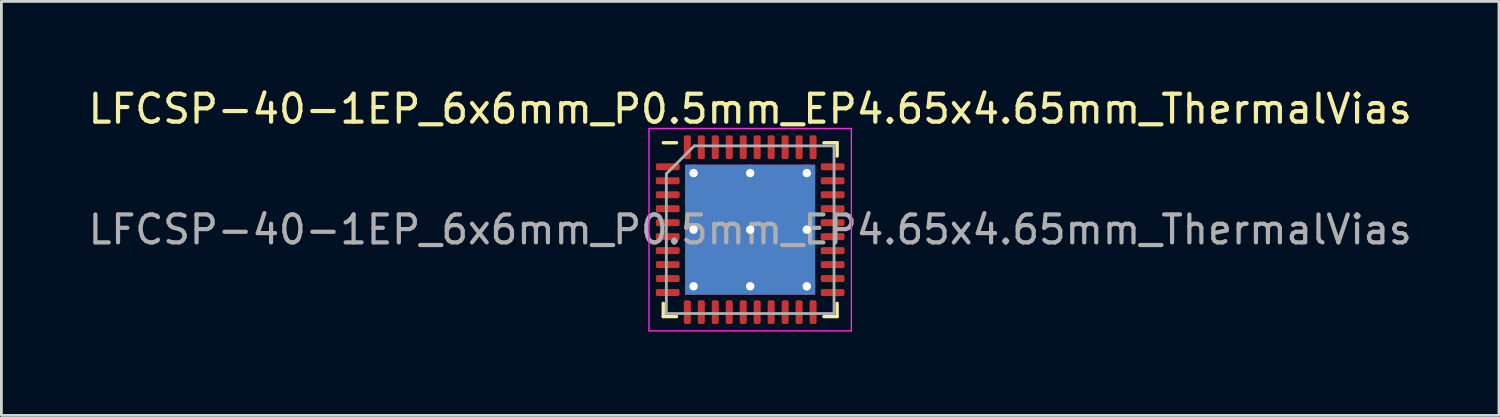
<source format=kicad_pcb>
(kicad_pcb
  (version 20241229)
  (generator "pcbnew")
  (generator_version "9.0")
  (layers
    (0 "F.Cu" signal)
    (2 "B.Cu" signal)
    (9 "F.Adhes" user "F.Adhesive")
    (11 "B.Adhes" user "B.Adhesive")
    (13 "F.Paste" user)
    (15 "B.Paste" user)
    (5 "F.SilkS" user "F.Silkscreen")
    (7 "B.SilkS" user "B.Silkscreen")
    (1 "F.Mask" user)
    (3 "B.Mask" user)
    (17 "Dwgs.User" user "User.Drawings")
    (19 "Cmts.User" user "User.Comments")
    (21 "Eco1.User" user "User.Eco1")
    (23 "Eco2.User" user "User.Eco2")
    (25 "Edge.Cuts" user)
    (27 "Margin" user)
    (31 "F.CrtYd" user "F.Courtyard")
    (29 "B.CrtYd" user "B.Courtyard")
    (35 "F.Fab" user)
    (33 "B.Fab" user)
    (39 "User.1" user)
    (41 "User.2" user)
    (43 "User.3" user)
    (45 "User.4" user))
  (footprint "LFCSP-40-1EP_6x6mm_P0.5mm_EP4.65x4.65mm_ThermalVias"
    (layer "F.Cu")
    (at 23.792 5.168)
    (property "Reference" "LFCSP-40-1EP_6x6mm_P0.5mm_EP4.65x4.65mm_ThermalVias" (at 0 -4.32 0) (layer "F.SilkS") (effects (font (size 1 1) (thickness 0.15))))
    (attr smd)
    (fp_line (start -3.11 3.11) (end -3.11 2.635) (stroke (width 0.12) (type solid)) (layer "F.SilkS"))
    (fp_line (start -2.635 -3.11) (end -3.11 -3.11) (stroke (width 0.12) (type solid)) (layer "F.SilkS"))
    (fp_line (start -2.635 3.11) (end -3.11 3.11) (stroke (width 0.12) (type solid)) (layer "F.SilkS"))
    (fp_line (start 2.635 -3.11) (end 3.11 -3.11) (stroke (width 0.12) (type solid)) (layer "F.SilkS"))
    (fp_line (start 2.635 3.11) (end 3.11 3.11) (stroke (width 0.12) (type solid)) (layer "F.SilkS"))
    (fp_line (start 3.11 -3.11) (end 3.11 -2.635) (stroke (width 0.12) (type solid)) (layer "F.SilkS"))
    (fp_line (start 3.11 3.11) (end 3.11 2.635) (stroke (width 0.12) (type solid)) (layer "F.SilkS"))
    (fp_line (start -3.62 -3.62) (end -3.62 3.62) (stroke (width 0.05) (type solid)) (layer "F.CrtYd"))
    (fp_line (start -3.62 3.62) (end 3.62 3.62) (stroke (width 0.05) (type solid)) (layer "F.CrtYd"))
    (fp_line (start 3.62 -3.62) (end -3.62 -3.62) (stroke (width 0.05) (type solid)) (layer "F.CrtYd"))
    (fp_line (start 3.62 3.62) (end 3.62 -3.62) (stroke (width 0.05) (type solid)) (layer "F.CrtYd"))
    (fp_line (start -3 -2) (end -2 -3) (stroke (width 0.1) (type solid)) (layer "F.Fab"))
    (fp_line (start -3 3) (end -3 -2) (stroke (width 0.1) (type solid)) (layer "F.Fab"))
    (fp_line (start -2 -3) (end 3 -3) (stroke (width 0.1) (type solid)) (layer "F.Fab"))
    (fp_line (start 3 -3) (end 3 3) (stroke (width 0.1) (type solid)) (layer "F.Fab"))
    (fp_line (start 3 3) (end -3 3) (stroke (width 0.1) (type solid)) (layer "F.Fab"))
    (fp_text user "${REFERENCE}" (at 0 0 0) (layer "F.Fab") (effects (font (size 1 1) (thickness 0.15))))
    (pad "" smd custom (at -1.012 -1.012) (size 1.752 1.752) (layers "F.Paste") (options (anchor circle)) (primitives (gr_poly (pts (xy -0.779 -0.619) (xy -0.619 -0.779) (xy 0.619 -0.779) (xy 0.779 -0.619) (xy 0.779 0.619) (xy 0.619 0.779) (xy -0.619 0.779) (xy -0.779 0.619)) (width 0.387) (fill yes))))
    (pad "" smd custom (at -1.012 1.012) (size 1.752 1.752) (layers "F.Paste") (options (anchor circle)) (primitives (gr_poly (pts (xy -0.779 -0.619) (xy -0.619 -0.779) (xy 0.619 -0.779) (xy 0.779 -0.619) (xy 0.779 0.619) (xy 0.619 0.779) (xy -0.619 0.779) (xy -0.779 0.619)) (width 0.387) (fill yes))))
    (pad "" smd custom (at 1.012 -1.012) (size 1.752 1.752) (layers "F.Paste") (options (anchor circle)) (primitives (gr_poly (pts (xy -0.779 -0.619) (xy -0.619 -0.779) (xy 0.619 -0.779) (xy 0.779 -0.619) (xy 0.779 0.619) (xy 0.619 0.779) (xy -0.619 0.779) (xy -0.779 0.619)) (width 0.387) (fill yes))))
    (pad "" smd custom (at 1.012 1.012) (size 1.752 1.752) (layers "F.Paste") (options (anchor circle)) (primitives (gr_poly (pts (xy -0.779 -0.619) (xy -0.619 -0.779) (xy 0.619 -0.779) (xy 0.779 -0.619) (xy 0.779 0.619) (xy 0.619 0.779) (xy -0.619 0.779) (xy -0.779 0.619)) (width 0.387) (fill yes))))
    (pad "1" smd roundrect (at -2.95 -2.25) (size 0.85 0.25) (layers "F.Cu" "F.Mask" "F.Paste") (roundrect_rratio 0.25))
    (pad "2" smd roundrect (at -2.95 -1.75) (size 0.85 0.25) (layers "F.Cu" "F.Mask" "F.Paste") (roundrect_rratio 0.25))
    (pad "3" smd roundrect (at -2.95 -1.25) (size 0.85 0.25) (layers "F.Cu" "F.Mask" "F.Paste") (roundrect_rratio 0.25))
    (pad "4" smd roundrect (at -2.95 -0.75) (size 0.85 0.25) (layers "F.Cu" "F.Mask" "F.Paste") (roundrect_rratio 0.25))
    (pad "5" smd roundrect (at -2.95 -0.25) (size 0.85 0.25) (layers "F.Cu" "F.Mask" "F.Paste") (roundrect_rratio 0.25))
    (pad "6" smd roundrect (at -2.95 0.25) (size 0.85 0.25) (layers "F.Cu" "F.Mask" "F.Paste") (roundrect_rratio 0.25))
    (pad "7" smd roundrect (at -2.95 0.75) (size 0.85 0.25) (layers "F.Cu" "F.Mask" "F.Paste") (roundrect_rratio 0.25))
    (pad "8" smd roundrect (at -2.95 1.25) (size 0.85 0.25) (layers "F.Cu" "F.Mask" "F.Paste") (roundrect_rratio 0.25))
    (pad "9" smd roundrect (at -2.95 1.75) (size 0.85 0.25) (layers "F.Cu" "F.Mask" "F.Paste") (roundrect_rratio 0.25))
    (pad "10" smd roundrect (at -2.95 2.25) (size 0.85 0.25) (layers "F.Cu" "F.Mask" "F.Paste") (roundrect_rratio 0.25))
    (pad "11" smd roundrect (at -2.25 2.95) (size 0.25 0.85) (layers "F.Cu" "F.Mask" "F.Paste") (roundrect_rratio 0.25))
    (pad "12" smd roundrect (at -1.75 2.95) (size 0.25 0.85) (layers "F.Cu" "F.Mask" "F.Paste") (roundrect_rratio 0.25))
    (pad "13" smd roundrect (at -1.25 2.95) (size 0.25 0.85) (layers "F.Cu" "F.Mask" "F.Paste") (roundrect_rratio 0.25))
    (pad "14" smd roundrect (at -0.75 2.95) (size 0.25 0.85) (layers "F.Cu" "F.Mask" "F.Paste") (roundrect_rratio 0.25))
    (pad "15" smd roundrect (at -0.25 2.95) (size 0.25 0.85) (layers "F.Cu" "F.Mask" "F.Paste") (roundrect_rratio 0.25))
    (pad "16" smd roundrect (at 0.25 2.95) (size 0.25 0.85) (layers "F.Cu" "F.Mask" "F.Paste") (roundrect_rratio 0.25))
    (pad "17" smd roundrect (at 0.75 2.95) (size 0.25 0.85) (layers "F.Cu" "F.Mask" "F.Paste") (roundrect_rratio 0.25))
    (pad "18" smd roundrect (at 1.25 2.95) (size 0.25 0.85) (layers "F.Cu" "F.Mask" "F.Paste") (roundrect_rratio 0.25))
    (pad "19" smd roundrect (at 1.75 2.95) (size 0.25 0.85) (layers "F.Cu" "F.Mask" "F.Paste") (roundrect_rratio 0.25))
    (pad "20" smd roundrect (at 2.25 2.95) (size 0.25 0.85) (layers "F.Cu" "F.Mask" "F.Paste") (roundrect_rratio 0.25))
    (pad "21" smd roundrect (at 2.95 2.25) (size 0.85 0.25) (layers "F.Cu" "F.Mask" "F.Paste") (roundrect_rratio 0.25))
    (pad "22" smd roundrect (at 2.95 1.75) (size 0.85 0.25) (layers "F.Cu" "F.Mask" "F.Paste") (roundrect_rratio 0.25))
    (pad "23" smd roundrect (at 2.95 1.25) (size 0.85 0.25) (layers "F.Cu" "F.Mask" "F.Paste") (roundrect_rratio 0.25))
    (pad "24" smd roundrect (at 2.95 0.75) (size 0.85 0.25) (layers "F.Cu" "F.Mask" "F.Paste") (roundrect_rratio 0.25))
    (pad "25" smd roundrect (at 2.95 0.25) (size 0.85 0.25) (layers "F.Cu" "F.Mask" "F.Paste") (roundrect_rratio 0.25))
    (pad "26" smd roundrect (at 2.95 -0.25) (size 0.85 0.25) (layers "F.Cu" "F.Mask" "F.Paste") (roundrect_rratio 0.25))
    (pad "27" smd roundrect (at 2.95 -0.75) (size 0.85 0.25) (layers "F.Cu" "F.Mask" "F.Paste") (roundrect_rratio 0.25))
    (pad "28" smd roundrect (at 2.95 -1.25) (size 0.85 0.25) (layers "F.Cu" "F.Mask" "F.Paste") (roundrect_rratio 0.25))
    (pad "29" smd roundrect (at 2.95 -1.75) (size 0.85 0.25) (layers "F.Cu" "F.Mask" "F.Paste") (roundrect_rratio 0.25))
    (pad "30" smd roundrect (at 2.95 -2.25) (size 0.85 0.25) (layers "F.Cu" "F.Mask" "F.Paste") (roundrect_rratio 0.25))
    (pad "31" smd roundrect (at 2.25 -2.95) (size 0.25 0.85) (layers "F.Cu" "F.Mask" "F.Paste") (roundrect_rratio 0.25))
    (pad "32" smd roundrect (at 1.75 -2.95) (size 0.25 0.85) (layers "F.Cu" "F.Mask" "F.Paste") (roundrect_rratio 0.25))
    (pad "33" smd roundrect (at 1.25 -2.95) (size 0.25 0.85) (layers "F.Cu" "F.Mask" "F.Paste") (roundrect_rratio 0.25))
    (pad "34" smd roundrect (at 0.75 -2.95) (size 0.25 0.85) (layers "F.Cu" "F.Mask" "F.Paste") (roundrect_rratio 0.25))
    (pad "35" smd roundrect (at 0.25 -2.95) (size 0.25 0.85) (layers "F.Cu" "F.Mask" "F.Paste") (roundrect_rratio 0.25))
    (pad "36" smd roundrect (at -0.25 -2.95) (size 0.25 0.85) (layers "F.Cu" "F.Mask" "F.Paste") (roundrect_rratio 0.25))
    (pad "37" smd roundrect (at -0.75 -2.95) (size 0.25 0.85) (layers "F.Cu" "F.Mask" "F.Paste") (roundrect_rratio 0.25))
    (pad "38" smd roundrect (at -1.25 -2.95) (size 0.25 0.85) (layers "F.Cu" "F.Mask" "F.Paste") (roundrect_rratio 0.25))
    (pad "39" smd roundrect (at -1.75 -2.95) (size 0.25 0.85) (layers "F.Cu" "F.Mask" "F.Paste") (roundrect_rratio 0.25))
    (pad "40" smd roundrect (at -2.25 -2.95) (size 0.25 0.85) (layers "F.Cu" "F.Mask" "F.Paste") (roundrect_rratio 0.25))
    (pad "41" thru_hole circle (at -2.025 -2.025) (size 0.6 0.6) (drill 0.3) (layers "*.Cu"))
    (pad "41" thru_hole circle (at -2.025 0) (size 0.6 0.6) (drill 0.3) (layers "*.Cu"))
    (pad "41" thru_hole circle (at -2.025 2.025) (size 0.6 0.6) (drill 0.3) (layers "*.Cu"))
    (pad "41" thru_hole circle (at 0 -2.025) (size 0.6 0.6) (drill 0.3) (layers "*.Cu"))
    (pad "41" thru_hole circle (at 0 0) (size 0.6 0.6) (drill 0.3) (layers "*.Cu"))
    (pad "41" smd rect (at 0 0) (size 4.65 4.65) (layers "F.Cu" "F.Mask"))
    (pad "41" smd rect (at 0 0) (size 4.65 4.65) (layers "B.Cu"))
    (pad "41" thru_hole circle (at 0 2.025) (size 0.6 0.6) (drill 0.3) (layers "*.Cu"))
    (pad "41" thru_hole circle (at 2.025 -2.025) (size 0.6 0.6) (drill 0.3) (layers "*.Cu"))
    (pad "41" thru_hole circle (at 2.025 0) (size 0.6 0.6) (drill 0.3) (layers "*.Cu"))
    (pad "41" thru_hole circle (at 2.025 2.025) (size 0.6 0.6) (drill 0.3) (layers "*.Cu")))
  (gr_rect
    (start -3 -3)
    (end 50.583 11.813)
    (stroke (width 0.1) (type default))
    (fill no)
    (layer "Edge.Cuts")))
</source>
